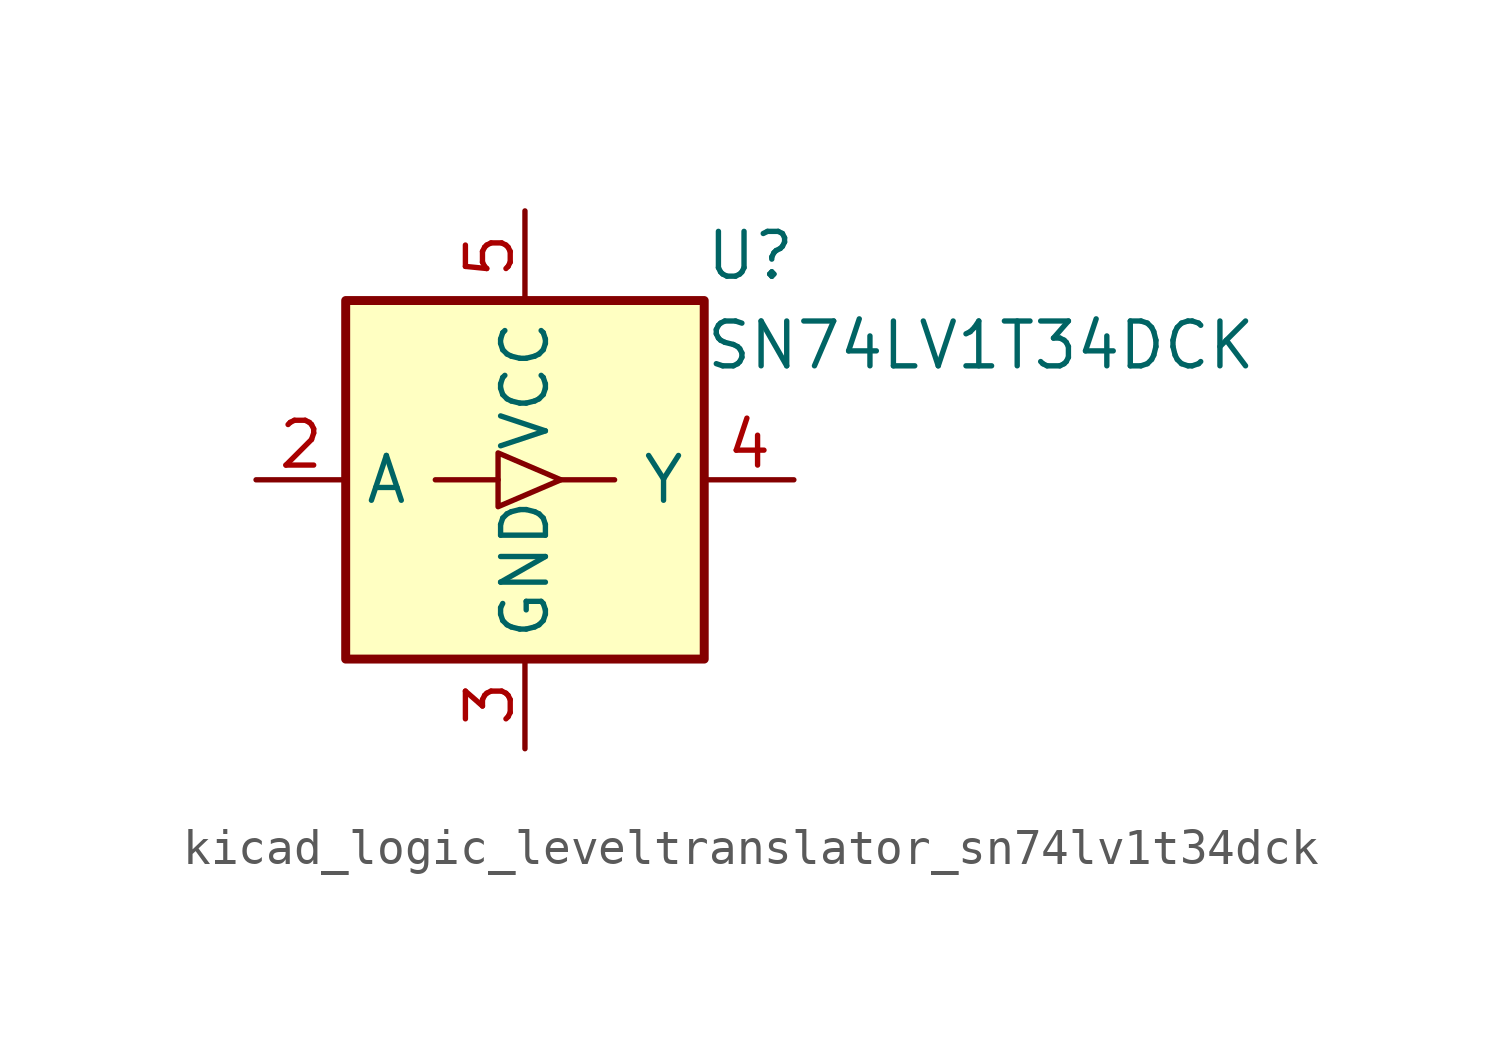
<source format=kicad_sym>
(kicad_symbol_lib
  (version 20220914)
  (generator kicad_symbol_editor)
  (symbol "kicad_logic_leveltranslator_sn74lv1t34dck"
    (property "Reference" "U"
      (at 5.08 6.35 0)
      (effects (font (size 1.27 1.27)) (justify left)))
    (property "Value" "SN74LV1T34DCK"
      (at 5.08 3.81 0)
      (effects (font (size 1.27 1.27)) (justify left)))
    (symbol "kicad_logic_leveltranslator_sn74lv1t34dck_0_1"
      (rectangle (start -5.08 5.08) (end 5.08 -5.08) (stroke (width 0.254) (type default)) (fill (type background)))
      (polyline (pts (xy -0.762 0) (xy -2.54 0)) (stroke (width 0) (type default)) (fill (type none)))
      (polyline (pts (xy 1.016 0) (xy 2.54 0)) (stroke (width 0) (type default)) (fill (type none))))
    (symbol "kicad_logic_leveltranslator_sn74lv1t34dck_1_1"
      (polyline (pts (xy -0.762 -0.762) (xy -0.762 0.762) (xy 1.016 0) (xy -0.762 -0.762)) (stroke (width 0) (type default)) (fill (type none)))
      (pin no_connect line (at -5.08 2.54 0) (length 2.54) hide (name "NC" (effects (font (size 1.27 1.27)))) (number "1" (effects (font (size 1.27 1.27)))))
      (pin input line (at -7.62 0 0) (length 2.54) (name "A" (effects (font (size 1.27 1.27)))) (number "2" (effects (font (size 1.27 1.27)))))
      (pin power_in line (at 0 -7.62 90) (length 2.54) (name "GND" (effects (font (size 1.27 1.27)))) (number "3" (effects (font (size 1.27 1.27)))))
      (pin output line (at 7.62 0 180) (length 2.54) (name "Y" (effects (font (size 1.27 1.27)))) (number "4" (effects (font (size 1.27 1.27)))))
      (pin power_in line (at 0 7.62 270) (length 2.54) (name "VCC" (effects (font (size 1.27 1.27)))) (number "5" (effects (font (size 1.27 1.27))))))))
</source>
